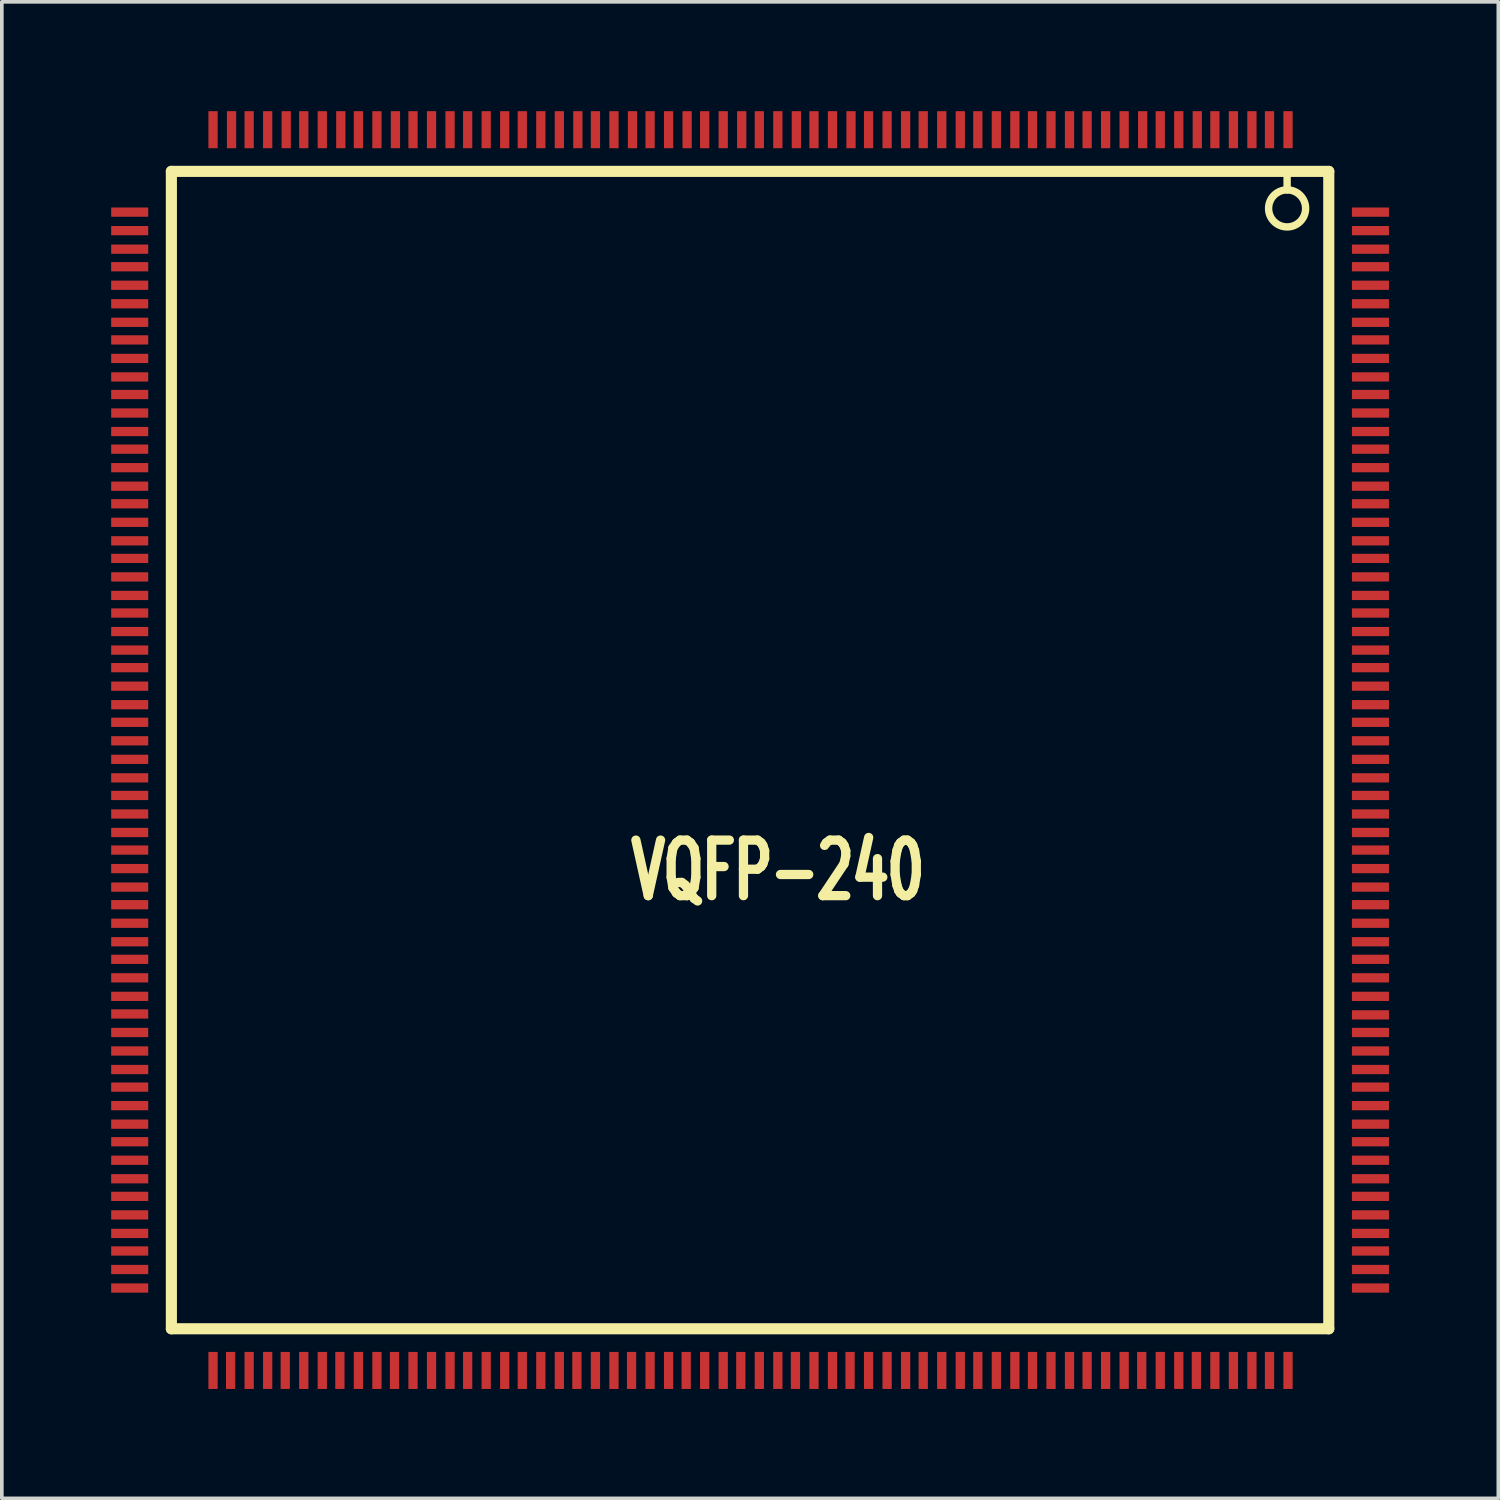
<source format=kicad_pcb>
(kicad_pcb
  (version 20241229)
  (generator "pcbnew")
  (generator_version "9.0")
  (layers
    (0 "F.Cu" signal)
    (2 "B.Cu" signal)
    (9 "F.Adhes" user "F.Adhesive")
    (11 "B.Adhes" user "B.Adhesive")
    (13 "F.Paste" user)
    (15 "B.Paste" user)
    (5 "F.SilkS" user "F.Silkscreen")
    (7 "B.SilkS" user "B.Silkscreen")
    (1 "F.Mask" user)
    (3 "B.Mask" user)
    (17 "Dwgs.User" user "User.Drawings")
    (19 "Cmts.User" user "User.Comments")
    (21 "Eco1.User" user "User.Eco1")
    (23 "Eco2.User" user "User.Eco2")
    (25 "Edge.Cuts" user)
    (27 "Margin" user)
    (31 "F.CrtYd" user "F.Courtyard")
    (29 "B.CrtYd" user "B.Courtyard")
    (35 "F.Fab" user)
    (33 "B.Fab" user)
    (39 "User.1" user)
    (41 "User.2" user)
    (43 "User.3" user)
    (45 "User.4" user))
  (footprint "VQFP-240"
    (layer "F.Cu")
    (at 17.526 17.526)
    (property "Reference" "VQFP-240" (at 0.762 3.302 0) (layer "F.SilkS") (effects (font (size 1.524 1.016) (thickness 0.305))))
    (attr smd)
    (fp_line (start -15.875 -15.875) (end -15.875 15.875) (stroke (width 0.305) (type solid)) (layer "F.SilkS"))
    (fp_line (start -15.875 15.875) (end 15.875 15.875) (stroke (width 0.305) (type solid)) (layer "F.SilkS"))
    (fp_line (start 14.732 -15.875) (end 14.732 -15.367) (stroke (width 0.203) (type solid)) (layer "F.SilkS"))
    (fp_line (start 15.875 -15.875) (end -15.875 -15.875) (stroke (width 0.305) (type solid)) (layer "F.SilkS"))
    (fp_line (start 15.875 -15.875) (end 15.875 15.875) (stroke (width 0.305) (type solid)) (layer "F.SilkS"))
    (fp_circle (center 14.732 -14.859) (end 14.224 -14.859) (stroke (width 0.203) (type solid)) (fill no) (layer "F.SilkS"))
    (pad "1" smd rect (at 14.757 -17.018) (size 0.254 1.016) (layers "F.Cu" "F.Mask" "F.Paste"))
    (pad "2" smd rect (at 14.249 -17.018) (size 0.254 1.016) (layers "F.Cu" "F.Mask" "F.Paste"))
    (pad "3" smd rect (at 13.767 -17.018) (size 0.254 1.016) (layers "F.Cu" "F.Mask" "F.Paste"))
    (pad "4" smd rect (at 13.259 -17.018) (size 0.254 1.016) (layers "F.Cu" "F.Mask" "F.Paste"))
    (pad "5" smd rect (at 12.751 -17.018) (size 0.254 1.016) (layers "F.Cu" "F.Mask" "F.Paste"))
    (pad "6" smd rect (at 12.268 -17.018) (size 0.254 1.016) (layers "F.Cu" "F.Mask" "F.Paste"))
    (pad "7" smd rect (at 11.76 -17.018) (size 0.254 1.016) (layers "F.Cu" "F.Mask" "F.Paste"))
    (pad "8" smd rect (at 11.252 -17.018) (size 0.254 1.016) (layers "F.Cu" "F.Mask" "F.Paste"))
    (pad "9" smd rect (at 10.77 -17.018) (size 0.254 1.016) (layers "F.Cu" "F.Mask" "F.Paste"))
    (pad "10" smd rect (at 10.262 -17.018) (size 0.254 1.016) (layers "F.Cu" "F.Mask" "F.Paste"))
    (pad "11" smd rect (at 9.754 -17.018) (size 0.254 1.016) (layers "F.Cu" "F.Mask" "F.Paste"))
    (pad "12" smd rect (at 9.246 -17.018) (size 0.254 1.016) (layers "F.Cu" "F.Mask" "F.Paste"))
    (pad "13" smd rect (at 8.763 -17.018) (size 0.254 1.016) (layers "F.Cu" "F.Mask" "F.Paste"))
    (pad "14" smd rect (at 8.255 -17.018) (size 0.254 1.016) (layers "F.Cu" "F.Mask" "F.Paste"))
    (pad "15" smd rect (at 7.747 -17.018) (size 0.254 1.016) (layers "F.Cu" "F.Mask" "F.Paste"))
    (pad "16" smd rect (at 7.264 -17.018) (size 0.254 1.016) (layers "F.Cu" "F.Mask" "F.Paste"))
    (pad "17" smd rect (at 6.756 -17.018) (size 0.254 1.016) (layers "F.Cu" "F.Mask" "F.Paste"))
    (pad "18" smd rect (at 6.248 -17.018) (size 0.254 1.016) (layers "F.Cu" "F.Mask" "F.Paste"))
    (pad "19" smd rect (at 5.766 -17.018) (size 0.254 1.016) (layers "F.Cu" "F.Mask" "F.Paste"))
    (pad "20" smd rect (at 5.258 -17.018) (size 0.254 1.016) (layers "F.Cu" "F.Mask" "F.Paste"))
    (pad "21" smd rect (at 4.75 -17.018) (size 0.254 1.016) (layers "F.Cu" "F.Mask" "F.Paste"))
    (pad "22" smd rect (at 4.267 -17.018) (size 0.254 1.016) (layers "F.Cu" "F.Mask" "F.Paste"))
    (pad "23" smd rect (at 3.759 -17.018) (size 0.254 1.016) (layers "F.Cu" "F.Mask" "F.Paste"))
    (pad "24" smd rect (at 3.251 -17.018) (size 0.254 1.016) (layers "F.Cu" "F.Mask" "F.Paste"))
    (pad "25" smd rect (at 2.769 -17.018) (size 0.254 1.016) (layers "F.Cu" "F.Mask" "F.Paste"))
    (pad "26" smd rect (at 2.261 -17.018) (size 0.254 1.016) (layers "F.Cu" "F.Mask" "F.Paste"))
    (pad "27" smd rect (at 1.753 -17.018) (size 0.254 1.016) (layers "F.Cu" "F.Mask" "F.Paste"))
    (pad "28" smd rect (at 1.27 -17.018) (size 0.254 1.016) (layers "F.Cu" "F.Mask" "F.Paste"))
    (pad "29" smd rect (at 0.762 -17.018) (size 0.254 1.016) (layers "F.Cu" "F.Mask" "F.Paste"))
    (pad "30" smd rect (at 0.254 -17.018) (size 0.254 1.016) (layers "F.Cu" "F.Mask" "F.Paste"))
    (pad "31" smd rect (at -0.229 -17.018) (size 0.254 1.016) (layers "F.Cu" "F.Mask" "F.Paste"))
    (pad "32" smd rect (at -0.737 -17.018) (size 0.254 1.016) (layers "F.Cu" "F.Mask" "F.Paste"))
    (pad "33" smd rect (at -1.245 -17.018) (size 0.254 1.016) (layers "F.Cu" "F.Mask" "F.Paste"))
    (pad "34" smd rect (at -1.727 -17.018) (size 0.254 1.016) (layers "F.Cu" "F.Mask" "F.Paste"))
    (pad "35" smd rect (at -2.235 -17.018) (size 0.254 1.016) (layers "F.Cu" "F.Mask" "F.Paste"))
    (pad "36" smd rect (at -2.743 -17.018) (size 0.254 1.016) (layers "F.Cu" "F.Mask" "F.Paste"))
    (pad "37" smd rect (at -3.226 -17.018) (size 0.254 1.016) (layers "F.Cu" "F.Mask" "F.Paste"))
    (pad "38" smd rect (at -3.734 -17.018) (size 0.254 1.016) (layers "F.Cu" "F.Mask" "F.Paste"))
    (pad "39" smd rect (at -4.242 -17.018) (size 0.254 1.016) (layers "F.Cu" "F.Mask" "F.Paste"))
    (pad "40" smd rect (at -4.724 -17.018) (size 0.254 1.016) (layers "F.Cu" "F.Mask" "F.Paste"))
    (pad "41" smd rect (at -5.232 -17.018) (size 0.254 1.016) (layers "F.Cu" "F.Mask" "F.Paste"))
    (pad "42" smd rect (at -5.74 -17.018) (size 0.254 1.016) (layers "F.Cu" "F.Mask" "F.Paste"))
    (pad "43" smd rect (at -6.248 -17.018) (size 0.254 1.016) (layers "F.Cu" "F.Mask" "F.Paste"))
    (pad "44" smd rect (at -6.731 -17.018) (size 0.254 1.016) (layers "F.Cu" "F.Mask" "F.Paste"))
    (pad "45" smd rect (at -7.239 -17.018) (size 0.254 1.016) (layers "F.Cu" "F.Mask" "F.Paste"))
    (pad "46" smd rect (at -7.747 -17.018) (size 0.254 1.016) (layers "F.Cu" "F.Mask" "F.Paste"))
    (pad "47" smd rect (at -8.23 -17.018) (size 0.254 1.016) (layers "F.Cu" "F.Mask" "F.Paste"))
    (pad "48" smd rect (at -8.738 -17.018) (size 0.254 1.016) (layers "F.Cu" "F.Mask" "F.Paste"))
    (pad "49" smd rect (at -9.246 -17.018) (size 0.254 1.016) (layers "F.Cu" "F.Mask" "F.Paste"))
    (pad "50" smd rect (at -9.728 -17.018) (size 0.254 1.016) (layers "F.Cu" "F.Mask" "F.Paste"))
    (pad "51" smd rect (at -10.236 -17.018) (size 0.254 1.016) (layers "F.Cu" "F.Mask" "F.Paste"))
    (pad "52" smd rect (at -10.744 -17.018) (size 0.254 1.016) (layers "F.Cu" "F.Mask" "F.Paste"))
    (pad "53" smd rect (at -11.227 -17.018) (size 0.254 1.016) (layers "F.Cu" "F.Mask" "F.Paste"))
    (pad "54" smd rect (at -11.735 -17.018) (size 0.254 1.016) (layers "F.Cu" "F.Mask" "F.Paste"))
    (pad "55" smd rect (at -12.243 -17.018) (size 0.254 1.016) (layers "F.Cu" "F.Mask" "F.Paste"))
    (pad "56" smd rect (at -12.725 -17.018) (size 0.254 1.016) (layers "F.Cu" "F.Mask" "F.Paste"))
    (pad "57" smd rect (at -13.233 -17.018) (size 0.254 1.016) (layers "F.Cu" "F.Mask" "F.Paste"))
    (pad "58" smd rect (at -13.741 -17.018) (size 0.254 1.016) (layers "F.Cu" "F.Mask" "F.Paste"))
    (pad "59" smd rect (at -14.224 -17.018) (size 0.254 1.016) (layers "F.Cu" "F.Mask" "F.Paste"))
    (pad "60" smd rect (at -14.732 -17.018) (size 0.254 1.016) (layers "F.Cu" "F.Mask" "F.Paste"))
    (pad "61" smd rect (at -17.018 -14.757) (size 1.016 0.254) (layers "F.Cu" "F.Mask" "F.Paste"))
    (pad "62" smd rect (at -17.018 -14.249) (size 1.016 0.254) (layers "F.Cu" "F.Mask" "F.Paste"))
    (pad "63" smd rect (at -17.018 -13.741) (size 1.016 0.254) (layers "F.Cu" "F.Mask" "F.Paste"))
    (pad "64" smd rect (at -17.018 -13.259) (size 1.016 0.254) (layers "F.Cu" "F.Mask" "F.Paste"))
    (pad "65" smd rect (at -17.018 -12.751) (size 1.016 0.254) (layers "F.Cu" "F.Mask" "F.Paste"))
    (pad "66" smd rect (at -17.018 -12.243) (size 1.016 0.254) (layers "F.Cu" "F.Mask" "F.Paste"))
    (pad "67" smd rect (at -17.018 -11.735) (size 1.016 0.254) (layers "F.Cu" "F.Mask" "F.Paste"))
    (pad "68" smd rect (at -17.018 -11.252) (size 1.016 0.254) (layers "F.Cu" "F.Mask" "F.Paste"))
    (pad "69" smd rect (at -17.018 -10.744) (size 1.016 0.254) (layers "F.Cu" "F.Mask" "F.Paste"))
    (pad "70" smd rect (at -17.018 -10.236) (size 1.016 0.254) (layers "F.Cu" "F.Mask" "F.Paste"))
    (pad "71" smd rect (at -17.018 -9.754) (size 1.016 0.254) (layers "F.Cu" "F.Mask" "F.Paste"))
    (pad "72" smd rect (at -17.018 -9.246) (size 1.016 0.254) (layers "F.Cu" "F.Mask" "F.Paste"))
    (pad "73" smd rect (at -17.018 -8.738) (size 1.016 0.254) (layers "F.Cu" "F.Mask" "F.Paste"))
    (pad "74" smd rect (at -17.018 -8.255) (size 1.016 0.254) (layers "F.Cu" "F.Mask" "F.Paste"))
    (pad "75" smd rect (at -17.018 -7.747) (size 1.016 0.254) (layers "F.Cu" "F.Mask" "F.Paste"))
    (pad "76" smd rect (at -17.018 -7.239) (size 1.016 0.254) (layers "F.Cu" "F.Mask" "F.Paste"))
    (pad "77" smd rect (at -17.018 -6.756) (size 1.016 0.254) (layers "F.Cu" "F.Mask" "F.Paste"))
    (pad "78" smd rect (at -17.018 -6.248) (size 1.016 0.254) (layers "F.Cu" "F.Mask" "F.Paste"))
    (pad "79" smd rect (at -17.018 -5.74) (size 1.016 0.254) (layers "F.Cu" "F.Mask" "F.Paste"))
    (pad "80" smd rect (at -17.018 -5.258) (size 1.016 0.254) (layers "F.Cu" "F.Mask" "F.Paste"))
    (pad "81" smd rect (at -17.018 -4.75) (size 1.016 0.254) (layers "F.Cu" "F.Mask" "F.Paste"))
    (pad "82" smd rect (at -17.018 -4.242) (size 1.016 0.254) (layers "F.Cu" "F.Mask" "F.Paste"))
    (pad "83" smd rect (at -17.018 -3.759) (size 1.016 0.254) (layers "F.Cu" "F.Mask" "F.Paste"))
    (pad "84" smd rect (at -17.018 -3.251) (size 1.016 0.254) (layers "F.Cu" "F.Mask" "F.Paste"))
    (pad "85" smd rect (at -17.018 -2.743) (size 1.016 0.254) (layers "F.Cu" "F.Mask" "F.Paste"))
    (pad "86" smd rect (at -17.018 -2.261) (size 1.016 0.254) (layers "F.Cu" "F.Mask" "F.Paste"))
    (pad "87" smd rect (at -17.018 -1.753) (size 1.016 0.254) (layers "F.Cu" "F.Mask" "F.Paste"))
    (pad "88" smd rect (at -17.018 -1.245) (size 1.016 0.254) (layers "F.Cu" "F.Mask" "F.Paste"))
    (pad "89" smd rect (at -17.018 -0.762) (size 1.016 0.254) (layers "F.Cu" "F.Mask" "F.Paste"))
    (pad "90" smd rect (at -17.018 -0.254) (size 1.016 0.254) (layers "F.Cu" "F.Mask" "F.Paste"))
    (pad "91" smd rect (at -17.018 0.254) (size 1.016 0.254) (layers "F.Cu" "F.Mask" "F.Paste"))
    (pad "92" smd rect (at -17.018 0.762) (size 1.016 0.254) (layers "F.Cu" "F.Mask" "F.Paste"))
    (pad "93" smd rect (at -17.018 1.245) (size 1.016 0.254) (layers "F.Cu" "F.Mask" "F.Paste"))
    (pad "94" smd rect (at -17.018 1.753) (size 1.016 0.254) (layers "F.Cu" "F.Mask" "F.Paste"))
    (pad "95" smd rect (at -17.018 2.261) (size 1.016 0.254) (layers "F.Cu" "F.Mask" "F.Paste"))
    (pad "96" smd rect (at -17.018 2.743) (size 1.016 0.254) (layers "F.Cu" "F.Mask" "F.Paste"))
    (pad "97" smd rect (at -17.018 3.251) (size 1.016 0.254) (layers "F.Cu" "F.Mask" "F.Paste"))
    (pad "98" smd rect (at -17.018 3.759) (size 1.016 0.254) (layers "F.Cu" "F.Mask" "F.Paste"))
    (pad "99" smd rect (at -17.018 4.242) (size 1.016 0.254) (layers "F.Cu" "F.Mask" "F.Paste"))
    (pad "100" smd rect (at -17.018 4.75) (size 1.016 0.254) (layers "F.Cu" "F.Mask" "F.Paste"))
    (pad "101" smd rect (at -17.018 5.258) (size 1.016 0.254) (layers "F.Cu" "F.Mask" "F.Paste"))
    (pad "102" smd rect (at -17.018 5.74) (size 1.016 0.254) (layers "F.Cu" "F.Mask" "F.Paste"))
    (pad "103" smd rect (at -17.018 6.248) (size 1.016 0.254) (layers "F.Cu" "F.Mask" "F.Paste"))
    (pad "104" smd rect (at -17.018 6.756) (size 1.016 0.254) (layers "F.Cu" "F.Mask" "F.Paste"))
    (pad "105" smd rect (at -17.018 7.239) (size 1.016 0.254) (layers "F.Cu" "F.Mask" "F.Paste"))
    (pad "106" smd rect (at -17.018 7.747) (size 1.016 0.254) (layers "F.Cu" "F.Mask" "F.Paste"))
    (pad "107" smd rect (at -17.018 8.255) (size 1.016 0.254) (layers "F.Cu" "F.Mask" "F.Paste"))
    (pad "108" smd rect (at -17.018 8.763) (size 1.016 0.254) (layers "F.Cu" "F.Mask" "F.Paste"))
    (pad "109" smd rect (at -17.018 9.246) (size 1.016 0.254) (layers "F.Cu" "F.Mask" "F.Paste"))
    (pad "110" smd rect (at -17.018 9.754) (size 1.016 0.254) (layers "F.Cu" "F.Mask" "F.Paste"))
    (pad "111" smd rect (at -17.018 10.262) (size 1.016 0.254) (layers "F.Cu" "F.Mask" "F.Paste"))
    (pad "112" smd rect (at -17.018 10.744) (size 1.016 0.254) (layers "F.Cu" "F.Mask" "F.Paste"))
    (pad "113" smd rect (at -17.018 11.252) (size 1.016 0.254) (layers "F.Cu" "F.Mask" "F.Paste"))
    (pad "114" smd rect (at -17.018 11.76) (size 1.016 0.254) (layers "F.Cu" "F.Mask" "F.Paste"))
    (pad "115" smd rect (at -17.018 12.243) (size 1.016 0.254) (layers "F.Cu" "F.Mask" "F.Paste"))
    (pad "116" smd rect (at -17.018 12.751) (size 1.016 0.254) (layers "F.Cu" "F.Mask" "F.Paste"))
    (pad "117" smd rect (at -17.018 13.259) (size 1.016 0.254) (layers "F.Cu" "F.Mask" "F.Paste"))
    (pad "118" smd rect (at -17.018 13.741) (size 1.016 0.254) (layers "F.Cu" "F.Mask" "F.Paste"))
    (pad "119" smd rect (at -17.018 14.249) (size 1.016 0.254) (layers "F.Cu" "F.Mask" "F.Paste"))
    (pad "120" smd rect (at -17.018 14.757) (size 1.016 0.254) (layers "F.Cu" "F.Mask" "F.Paste"))
    (pad "121" smd rect (at -14.732 17.018) (size 0.254 1.016) (layers "F.Cu" "F.Mask" "F.Paste"))
    (pad "122" smd rect (at -14.249 17.018) (size 0.254 1.016) (layers "F.Cu" "F.Mask" "F.Paste"))
    (pad "123" smd rect (at -13.741 17.018) (size 0.254 1.016) (layers "F.Cu" "F.Mask" "F.Paste"))
    (pad "124" smd rect (at -13.233 17.018) (size 0.254 1.016) (layers "F.Cu" "F.Mask" "F.Paste"))
    (pad "125" smd rect (at -12.751 17.018) (size 0.254 1.016) (layers "F.Cu" "F.Mask" "F.Paste"))
    (pad "126" smd rect (at -12.243 17.018) (size 0.254 1.016) (layers "F.Cu" "F.Mask" "F.Paste"))
    (pad "127" smd rect (at -11.735 17.018) (size 0.254 1.016) (layers "F.Cu" "F.Mask" "F.Paste"))
    (pad "128" smd rect (at -11.252 17.018) (size 0.254 1.016) (layers "F.Cu" "F.Mask" "F.Paste"))
    (pad "129" smd rect (at -10.744 17.018) (size 0.254 1.016) (layers "F.Cu" "F.Mask" "F.Paste"))
    (pad "130" smd rect (at -10.236 17.018) (size 0.254 1.016) (layers "F.Cu" "F.Mask" "F.Paste"))
    (pad "131" smd rect (at -9.754 17.018) (size 0.254 1.016) (layers "F.Cu" "F.Mask" "F.Paste"))
    (pad "132" smd rect (at -9.246 17.018) (size 0.254 1.016) (layers "F.Cu" "F.Mask" "F.Paste"))
    (pad "133" smd rect (at -8.738 17.018) (size 0.254 1.016) (layers "F.Cu" "F.Mask" "F.Paste"))
    (pad "134" smd rect (at -8.23 17.018) (size 0.254 1.016) (layers "F.Cu" "F.Mask" "F.Paste"))
    (pad "135" smd rect (at -7.747 17.018) (size 0.254 1.016) (layers "F.Cu" "F.Mask" "F.Paste"))
    (pad "136" smd rect (at -7.239 17.018) (size 0.254 1.016) (layers "F.Cu" "F.Mask" "F.Paste"))
    (pad "137" smd rect (at -6.731 17.018) (size 0.254 1.016) (layers "F.Cu" "F.Mask" "F.Paste"))
    (pad "138" smd rect (at -6.248 17.018) (size 0.254 1.016) (layers "F.Cu" "F.Mask" "F.Paste"))
    (pad "139" smd rect (at -5.74 17.018) (size 0.254 1.016) (layers "F.Cu" "F.Mask" "F.Paste"))
    (pad "140" smd rect (at -5.232 17.018) (size 0.254 1.016) (layers "F.Cu" "F.Mask" "F.Paste"))
    (pad "141" smd rect (at -4.75 17.018) (size 0.254 1.016) (layers "F.Cu" "F.Mask" "F.Paste"))
    (pad "142" smd rect (at -4.242 17.018) (size 0.254 1.016) (layers "F.Cu" "F.Mask" "F.Paste"))
    (pad "143" smd rect (at -3.734 17.018) (size 0.254 1.016) (layers "F.Cu" "F.Mask" "F.Paste"))
    (pad "144" smd rect (at -3.251 17.018) (size 0.254 1.016) (layers "F.Cu" "F.Mask" "F.Paste"))
    (pad "145" smd rect (at -2.743 17.018) (size 0.254 1.016) (layers "F.Cu" "F.Mask" "F.Paste"))
    (pad "146" smd rect (at -2.235 17.018) (size 0.254 1.016) (layers "F.Cu" "F.Mask" "F.Paste"))
    (pad "147" smd rect (at -1.753 17.018) (size 0.254 1.016) (layers "F.Cu" "F.Mask" "F.Paste"))
    (pad "148" smd rect (at -1.245 17.018) (size 0.254 1.016) (layers "F.Cu" "F.Mask" "F.Paste"))
    (pad "149" smd rect (at -0.737 17.018) (size 0.254 1.016) (layers "F.Cu" "F.Mask" "F.Paste"))
    (pad "150" smd rect (at -0.254 17.018) (size 0.254 1.016) (layers "F.Cu" "F.Mask" "F.Paste"))
    (pad "151" smd rect (at 0.254 17.018) (size 0.254 1.016) (layers "F.Cu" "F.Mask" "F.Paste"))
    (pad "152" smd rect (at 0.762 17.018) (size 0.254 1.016) (layers "F.Cu" "F.Mask" "F.Paste"))
    (pad "153" smd rect (at 1.245 17.018) (size 0.254 1.016) (layers "F.Cu" "F.Mask" "F.Paste"))
    (pad "154" smd rect (at 1.753 17.018) (size 0.254 1.016) (layers "F.Cu" "F.Mask" "F.Paste"))
    (pad "155" smd rect (at 2.261 17.018) (size 0.254 1.016) (layers "F.Cu" "F.Mask" "F.Paste"))
    (pad "156" smd rect (at 2.743 17.018) (size 0.254 1.016) (layers "F.Cu" "F.Mask" "F.Paste"))
    (pad "157" smd rect (at 3.251 17.018) (size 0.254 1.016) (layers "F.Cu" "F.Mask" "F.Paste"))
    (pad "158" smd rect (at 3.759 17.018) (size 0.254 1.016) (layers "F.Cu" "F.Mask" "F.Paste"))
    (pad "159" smd rect (at 4.267 17.018) (size 0.254 1.016) (layers "F.Cu" "F.Mask" "F.Paste"))
    (pad "160" smd rect (at 4.75 17.018) (size 0.254 1.016) (layers "F.Cu" "F.Mask" "F.Paste"))
    (pad "161" smd rect (at 5.258 17.018) (size 0.254 1.016) (layers "F.Cu" "F.Mask" "F.Paste"))
    (pad "162" smd rect (at 5.766 17.018) (size 0.254 1.016) (layers "F.Cu" "F.Mask" "F.Paste"))
    (pad "163" smd rect (at 6.248 17.018) (size 0.254 1.016) (layers "F.Cu" "F.Mask" "F.Paste"))
    (pad "164" smd rect (at 6.756 17.018) (size 0.254 1.016) (layers "F.Cu" "F.Mask" "F.Paste"))
    (pad "165" smd rect (at 7.264 17.018) (size 0.254 1.016) (layers "F.Cu" "F.Mask" "F.Paste"))
    (pad "166" smd rect (at 7.747 17.018) (size 0.254 1.016) (layers "F.Cu" "F.Mask" "F.Paste"))
    (pad "167" smd rect (at 8.255 17.018) (size 0.254 1.016) (layers "F.Cu" "F.Mask" "F.Paste"))
    (pad "168" smd rect (at 8.763 17.018) (size 0.254 1.016) (layers "F.Cu" "F.Mask" "F.Paste"))
    (pad "169" smd rect (at 9.246 17.018) (size 0.254 1.016) (layers "F.Cu" "F.Mask" "F.Paste"))
    (pad "170" smd rect (at 9.754 17.018) (size 0.254 1.016) (layers "F.Cu" "F.Mask" "F.Paste"))
    (pad "171" smd rect (at 10.262 17.018) (size 0.254 1.016) (layers "F.Cu" "F.Mask" "F.Paste"))
    (pad "172" smd rect (at 10.744 17.018) (size 0.254 1.016) (layers "F.Cu" "F.Mask" "F.Paste"))
    (pad "173" smd rect (at 11.252 17.018) (size 0.254 1.016) (layers "F.Cu" "F.Mask" "F.Paste"))
    (pad "174" smd rect (at 11.76 17.018) (size 0.254 1.016) (layers "F.Cu" "F.Mask" "F.Paste"))
    (pad "175" smd rect (at 12.243 17.018) (size 0.254 1.016) (layers "F.Cu" "F.Mask" "F.Paste"))
    (pad "176" smd rect (at 12.751 17.018) (size 0.254 1.016) (layers "F.Cu" "F.Mask" "F.Paste"))
    (pad "177" smd rect (at 13.259 17.018) (size 0.254 1.016) (layers "F.Cu" "F.Mask" "F.Paste"))
    (pad "178" smd rect (at 13.767 17.018) (size 0.254 1.016) (layers "F.Cu" "F.Mask" "F.Paste"))
    (pad "179" smd rect (at 14.249 17.018) (size 0.254 1.016) (layers "F.Cu" "F.Mask" "F.Paste"))
    (pad "180" smd rect (at 14.757 17.018) (size 0.254 1.016) (layers "F.Cu" "F.Mask" "F.Paste"))
    (pad "181" smd rect (at 17.018 14.757) (size 1.016 0.254) (layers "F.Cu" "F.Mask" "F.Paste"))
    (pad "182" smd rect (at 17.018 14.249) (size 1.016 0.254) (layers "F.Cu" "F.Mask" "F.Paste"))
    (pad "183" smd rect (at 17.018 13.741) (size 1.016 0.254) (layers "F.Cu" "F.Mask" "F.Paste"))
    (pad "184" smd rect (at 17.018 13.259) (size 1.016 0.254) (layers "F.Cu" "F.Mask" "F.Paste"))
    (pad "185" smd rect (at 17.018 12.751) (size 1.016 0.254) (layers "F.Cu" "F.Mask" "F.Paste"))
    (pad "186" smd rect (at 17.018 12.243) (size 1.016 0.254) (layers "F.Cu" "F.Mask" "F.Paste"))
    (pad "187" smd rect (at 17.018 11.76) (size 1.016 0.254) (layers "F.Cu" "F.Mask" "F.Paste"))
    (pad "188" smd rect (at 17.018 11.252) (size 1.016 0.254) (layers "F.Cu" "F.Mask" "F.Paste"))
    (pad "189" smd rect (at 17.018 10.744) (size 1.016 0.254) (layers "F.Cu" "F.Mask" "F.Paste"))
    (pad "190" smd rect (at 17.018 10.262) (size 1.016 0.254) (layers "F.Cu" "F.Mask" "F.Paste"))
    (pad "191" smd rect (at 17.018 9.754) (size 1.016 0.254) (layers "F.Cu" "F.Mask" "F.Paste"))
    (pad "192" smd rect (at 17.018 9.246) (size 1.016 0.254) (layers "F.Cu" "F.Mask" "F.Paste"))
    (pad "193" smd rect (at 17.018 8.763) (size 1.016 0.254) (layers "F.Cu" "F.Mask" "F.Paste"))
    (pad "194" smd rect (at 17.018 8.255) (size 1.016 0.254) (layers "F.Cu" "F.Mask" "F.Paste"))
    (pad "195" smd rect (at 17.018 7.747) (size 1.016 0.254) (layers "F.Cu" "F.Mask" "F.Paste"))
    (pad "196" smd rect (at 17.018 7.264) (size 1.016 0.254) (layers "F.Cu" "F.Mask" "F.Paste"))
    (pad "197" smd rect (at 17.018 6.756) (size 1.016 0.254) (layers "F.Cu" "F.Mask" "F.Paste"))
    (pad "198" smd rect (at 17.018 6.248) (size 1.016 0.254) (layers "F.Cu" "F.Mask" "F.Paste"))
    (pad "199" smd rect (at 17.018 5.74) (size 1.016 0.254) (layers "F.Cu" "F.Mask" "F.Paste"))
    (pad "200" smd rect (at 17.018 5.258) (size 1.016 0.254) (layers "F.Cu" "F.Mask" "F.Paste"))
    (pad "201" smd rect (at 17.018 4.75) (size 1.016 0.254) (layers "F.Cu" "F.Mask" "F.Paste"))
    (pad "202" smd rect (at 17.018 4.242) (size 1.016 0.254) (layers "F.Cu" "F.Mask" "F.Paste"))
    (pad "203" smd rect (at 17.018 3.759) (size 1.016 0.254) (layers "F.Cu" "F.Mask" "F.Paste"))
    (pad "204" smd rect (at 17.018 3.251) (size 1.016 0.254) (layers "F.Cu" "F.Mask" "F.Paste"))
    (pad "205" smd rect (at 17.018 2.743) (size 1.016 0.254) (layers "F.Cu" "F.Mask" "F.Paste"))
    (pad "206" smd rect (at 17.018 2.261) (size 1.016 0.254) (layers "F.Cu" "F.Mask" "F.Paste"))
    (pad "207" smd rect (at 17.018 1.753) (size 1.016 0.254) (layers "F.Cu" "F.Mask" "F.Paste"))
    (pad "208" smd rect (at 17.018 1.245) (size 1.016 0.254) (layers "F.Cu" "F.Mask" "F.Paste"))
    (pad "209" smd rect (at 17.018 0.762) (size 1.016 0.254) (layers "F.Cu" "F.Mask" "F.Paste"))
    (pad "210" smd rect (at 17.018 0.254) (size 1.016 0.254) (layers "F.Cu" "F.Mask" "F.Paste"))
    (pad "211" smd rect (at 17.018 -0.254) (size 1.016 0.254) (layers "F.Cu" "F.Mask" "F.Paste"))
    (pad "212" smd rect (at 17.018 -0.762) (size 1.016 0.254) (layers "F.Cu" "F.Mask" "F.Paste"))
    (pad "213" smd rect (at 17.018 -1.245) (size 1.016 0.254) (layers "F.Cu" "F.Mask" "F.Paste"))
    (pad "214" smd rect (at 17.018 -1.753) (size 1.016 0.254) (layers "F.Cu" "F.Mask" "F.Paste"))
    (pad "215" smd rect (at 17.018 -2.261) (size 1.016 0.254) (layers "F.Cu" "F.Mask" "F.Paste"))
    (pad "216" smd rect (at 17.018 -2.743) (size 1.016 0.254) (layers "F.Cu" "F.Mask" "F.Paste"))
    (pad "217" smd rect (at 17.018 -3.251) (size 1.016 0.254) (layers "F.Cu" "F.Mask" "F.Paste"))
    (pad "218" smd rect (at 17.018 -3.759) (size 1.016 0.254) (layers "F.Cu" "F.Mask" "F.Paste"))
    (pad "219" smd rect (at 17.018 -4.242) (size 1.016 0.254) (layers "F.Cu" "F.Mask" "F.Paste"))
    (pad "220" smd rect (at 17.018 -4.75) (size 1.016 0.254) (layers "F.Cu" "F.Mask" "F.Paste"))
    (pad "221" smd rect (at 17.018 -5.258) (size 1.016 0.254) (layers "F.Cu" "F.Mask" "F.Paste"))
    (pad "222" smd rect (at 17.018 -5.74) (size 1.016 0.254) (layers "F.Cu" "F.Mask" "F.Paste"))
    (pad "223" smd rect (at 17.018 -6.248) (size 1.016 0.254) (layers "F.Cu" "F.Mask" "F.Paste"))
    (pad "224" smd rect (at 17.018 -6.756) (size 1.016 0.254) (layers "F.Cu" "F.Mask" "F.Paste"))
    (pad "225" smd rect (at 17.018 -7.239) (size 1.016 0.254) (layers "F.Cu" "F.Mask" "F.Paste"))
    (pad "226" smd rect (at 17.018 -7.747) (size 1.016 0.254) (layers "F.Cu" "F.Mask" "F.Paste"))
    (pad "227" smd rect (at 17.018 -8.255) (size 1.016 0.254) (layers "F.Cu" "F.Mask" "F.Paste"))
    (pad "228" smd rect (at 17.018 -8.738) (size 1.016 0.254) (layers "F.Cu" "F.Mask" "F.Paste"))
    (pad "229" smd rect (at 17.018 -9.246) (size 1.016 0.254) (layers "F.Cu" "F.Mask" "F.Paste"))
    (pad "230" smd rect (at 17.018 -9.754) (size 1.016 0.254) (layers "F.Cu" "F.Mask" "F.Paste"))
    (pad "231" smd rect (at 17.018 -10.236) (size 1.016 0.254) (layers "F.Cu" "F.Mask" "F.Paste"))
    (pad "232" smd rect (at 17.018 -10.744) (size 1.016 0.254) (layers "F.Cu" "F.Mask" "F.Paste"))
    (pad "233" smd rect (at 17.018 -11.252) (size 1.016 0.254) (layers "F.Cu" "F.Mask" "F.Paste"))
    (pad "234" smd rect (at 17.018 -11.735) (size 1.016 0.254) (layers "F.Cu" "F.Mask" "F.Paste"))
    (pad "235" smd rect (at 17.018 -12.243) (size 1.016 0.254) (layers "F.Cu" "F.Mask" "F.Paste"))
    (pad "236" smd rect (at 17.018 -12.751) (size 1.016 0.254) (layers "F.Cu" "F.Mask" "F.Paste"))
    (pad "237" smd rect (at 17.018 -13.259) (size 1.016 0.254) (layers "F.Cu" "F.Mask" "F.Paste"))
    (pad "238" smd rect (at 17.018 -13.741) (size 1.016 0.254) (layers "F.Cu" "F.Mask" "F.Paste"))
    (pad "239" smd rect (at 17.018 -14.249) (size 1.016 0.254) (layers "F.Cu" "F.Mask" "F.Paste"))
    (pad "240" smd rect (at 17.018 -14.757) (size 1.016 0.254) (layers "F.Cu" "F.Mask" "F.Paste")))
  (gr_rect
    (start -3 -3)
    (end 38.052 38.052)
    (stroke (width 0.1) (type default))
    (fill no)
    (layer "Edge.Cuts")))
</source>
